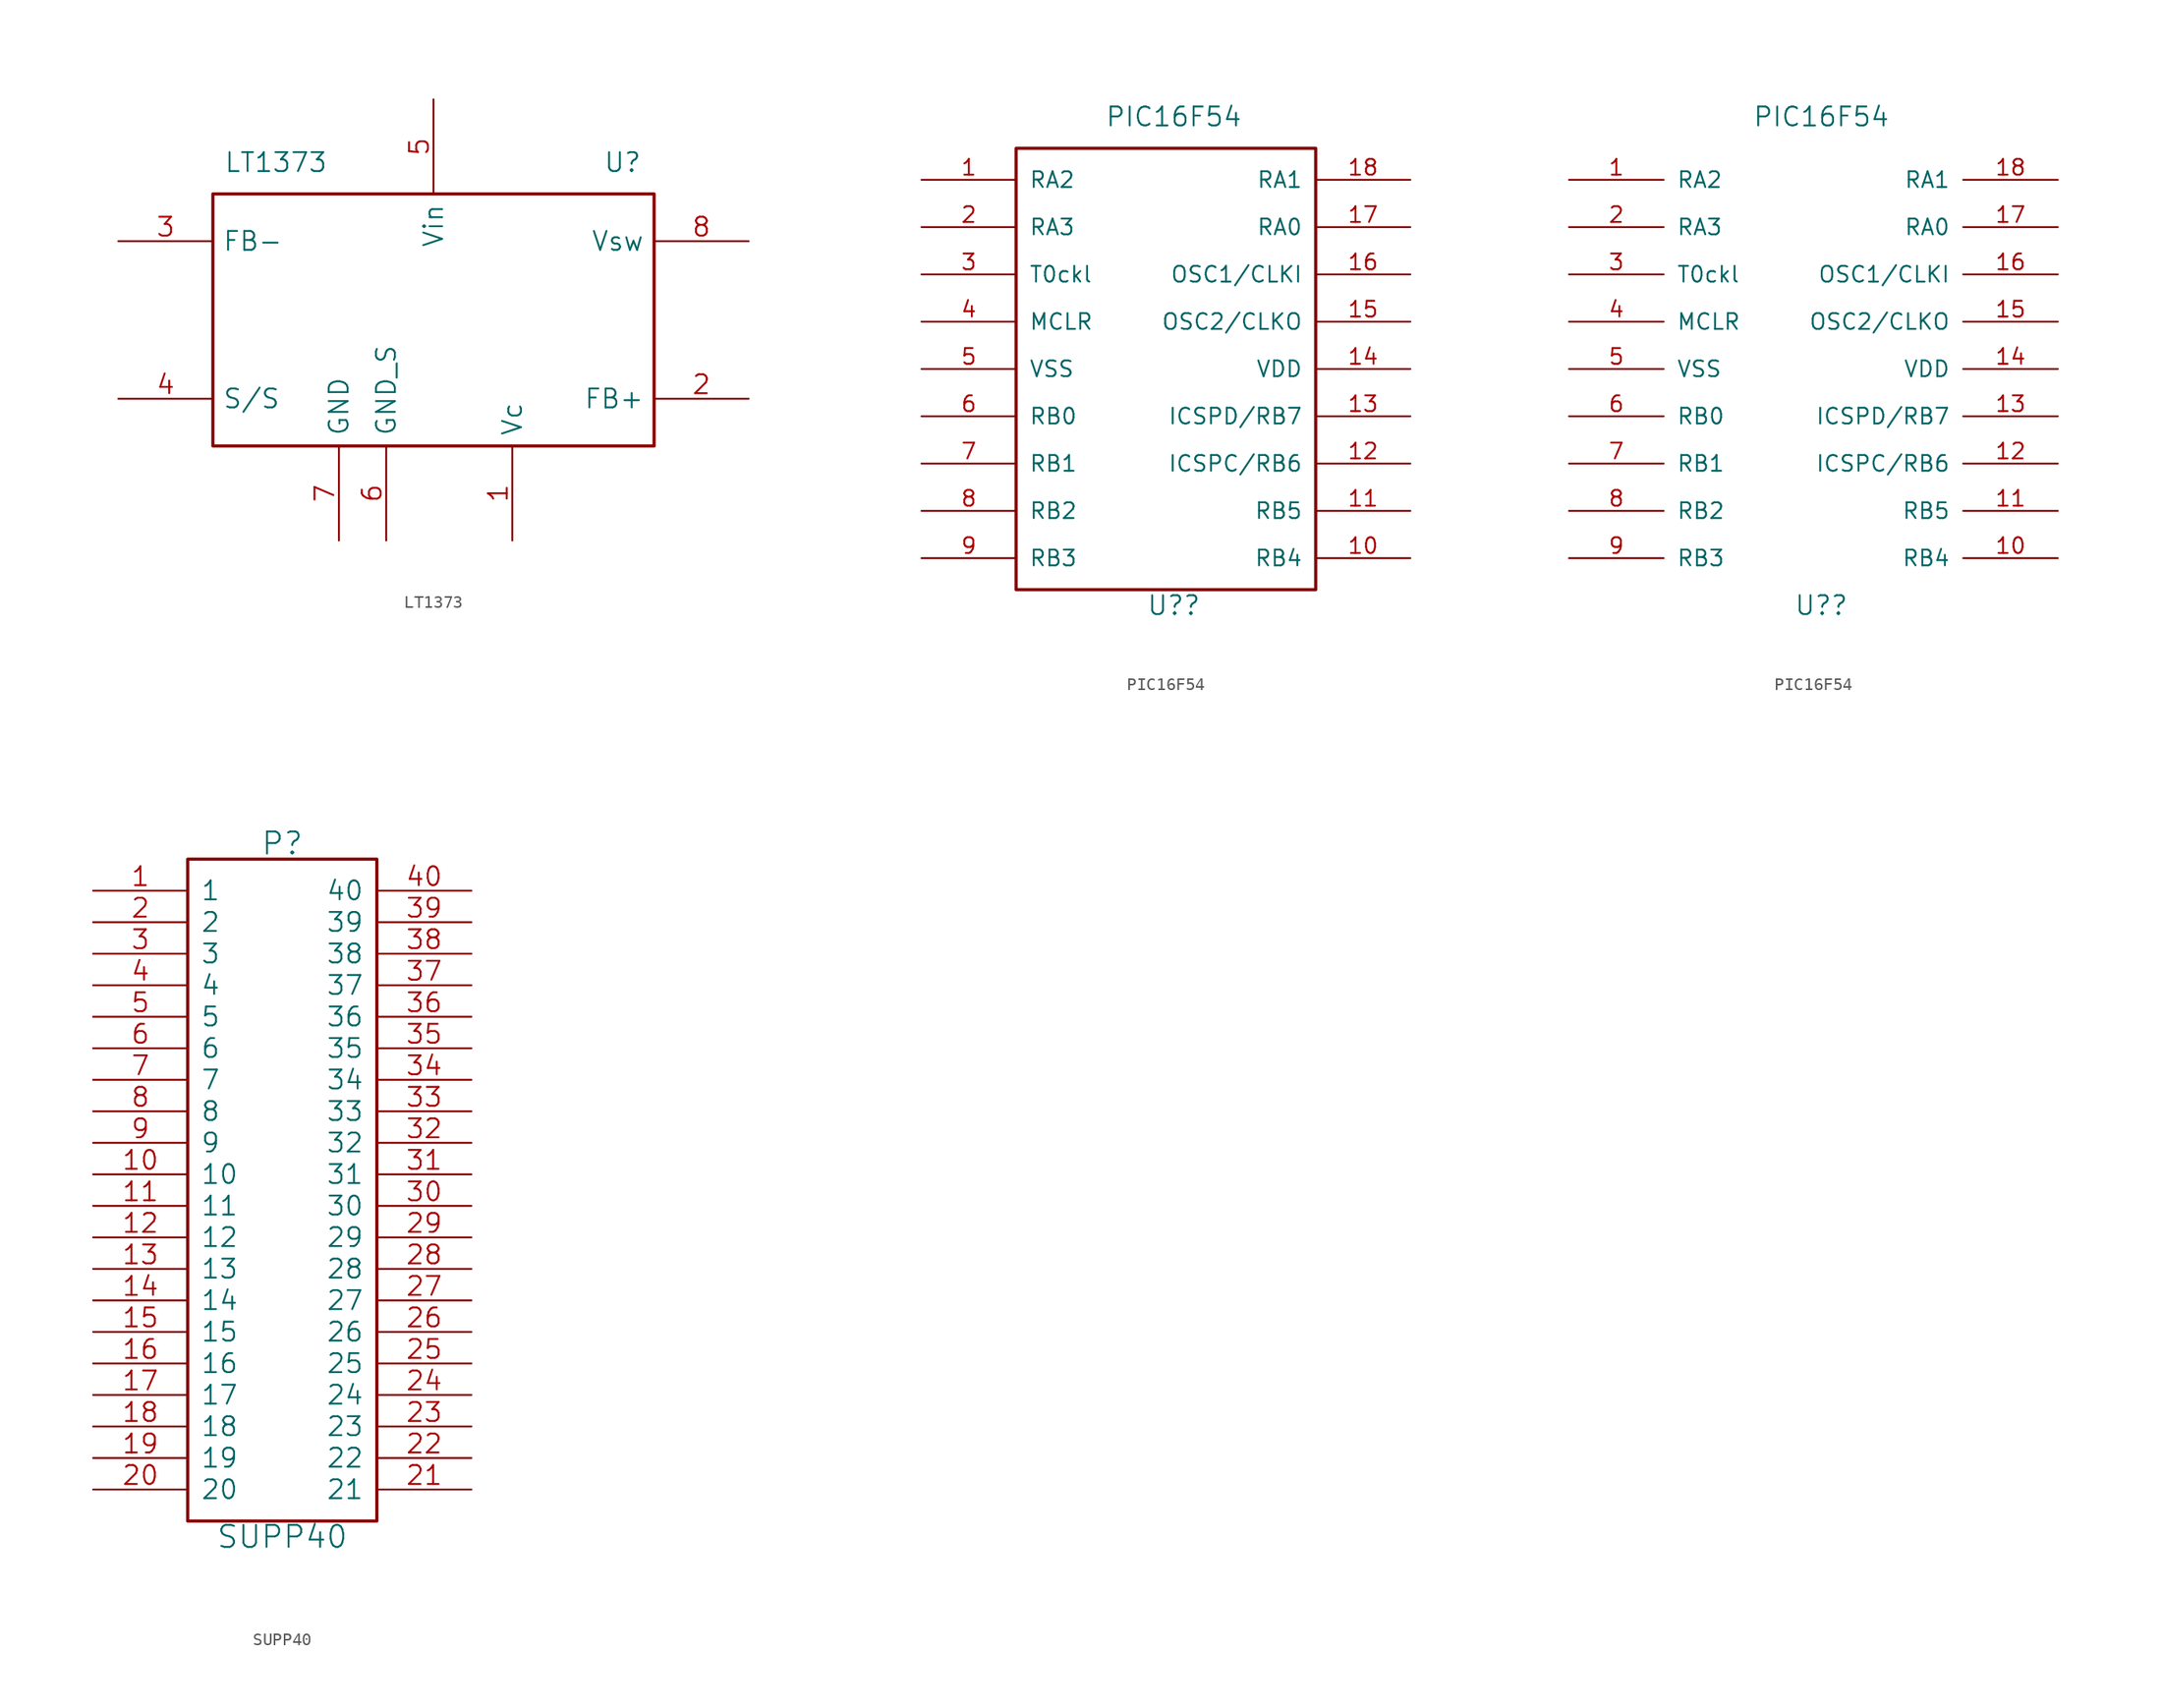
<source format=kicad_sym>
(kicad_symbol_lib
  (version 20241209)
  (generator "kicad_symbol_editor")
  (generator_version "9.0")
  (symbol "LT1373"
    (pin_names
      (offset 0.762))
    (property "Reference" "U"
      (at 15.24 12.7 0)
      (effects (font (size 1.524 1.524))))
    (property "Value" "LT1373"
      (at -12.7 12.7 0)
      (effects (font (size 1.524 1.524))))
    (property "Footprint" ""
      (at 0 0 0)
      (effects (font (size 1.524 1.524))))
    (property "Datasheet" ""
      (at 0 0 0)
      (effects (font (size 1.524 1.524))))
    (symbol "LT1373_0_1"
      (rectangle (start -17.78 -10.16) (end 17.78 10.16) (stroke (width 0.254) (type default)) (fill (type none))))
    (symbol "LT1373_1_1"
      (pin passive line (at -25.4 6.35 0) (length 7.62) (name "FB-" (effects (font (size 1.524 1.524)))) (number "3" (effects (font (size 1.524 1.524)))))
      (pin passive line (at -25.4 -6.35 0) (length 7.62) (name "S/S" (effects (font (size 1.524 1.524)))) (number "4" (effects (font (size 1.524 1.524)))))
      (pin input line (at -7.62 -17.78 90) (length 7.62) (name "GND" (effects (font (size 1.524 1.524)))) (number "7" (effects (font (size 1.524 1.524)))))
      (pin input line (at -3.81 -17.78 90) (length 7.62) (name "GND_S" (effects (font (size 1.524 1.524)))) (number "6" (effects (font (size 1.524 1.524)))))
      (pin power_in line (at 0 17.78 270) (length 7.62) (name "Vin" (effects (font (size 1.524 1.524)))) (number "5" (effects (font (size 1.524 1.524)))))
      (pin input line (at 6.35 -17.78 90) (length 7.62) (name "Vc" (effects (font (size 1.524 1.524)))) (number "1" (effects (font (size 1.524 1.524)))))
      (pin input line (at 25.4 6.35 180) (length 7.62) (name "Vsw" (effects (font (size 1.524 1.524)))) (number "8" (effects (font (size 1.524 1.524)))))
      (pin input line (at 25.4 -6.35 180) (length 7.62) (name "FB+" (effects (font (size 1.524 1.524)))) (number "2" (effects (font (size 1.524 1.524)))))))
  (symbol "PIC16F54"
    (pin_names
      (offset 1.016))
    (property "Reference" "U?"
      (at 0 -19.05 0)
      (effects (font (size 1.524 1.524))))
    (property "Value" "PIC16F54"
      (at 0 20.32 0)
      (effects (font (size 1.524 1.524))))
    (property "Footprint" ""
      (at 0 0 0)
      (effects (font (size 1.524 1.524))))
    (property "Datasheet" ""
      (at 0 0 0)
      (effects (font (size 1.524 1.524))))
    (symbol "PIC16F54_0_1"
      (rectangle (start -12.7 17.78) (end 11.43 -17.78) (stroke (width 0.254) (type default)) (fill (type none))))
    (symbol "PIC16F54_1_1"
      (pin bidirectional line (at -20.32 15.24 0) (length 7.62) (name "RA2" (effects (font (size 1.27 1.27)))) (number "1" (effects (font (size 1.27 1.27)))))
      (pin bidirectional line (at -20.32 11.43 0) (length 7.62) (name "RA3" (effects (font (size 1.27 1.27)))) (number "2" (effects (font (size 1.27 1.27)))))
      (pin output line (at -20.32 7.62 0) (length 7.62) (name "T0ckl" (effects (font (size 1.27 1.27)))) (number "3" (effects (font (size 1.27 1.27)))))
      (pin input line (at -20.32 3.81 0) (length 7.62) (name "MCLR" (effects (font (size 1.27 1.27)))) (number "4" (effects (font (size 1.27 1.27)))))
      (pin power_in line (at -20.32 0 0) (length 7.62) (name "VSS" (effects (font (size 1.27 1.27)))) (number "5" (effects (font (size 1.27 1.27)))))
      (pin bidirectional line (at -20.32 -3.81 0) (length 7.62) (name "RB0" (effects (font (size 1.27 1.27)))) (number "6" (effects (font (size 1.27 1.27)))))
      (pin bidirectional line (at -20.32 -7.62 0) (length 7.62) (name "RB1" (effects (font (size 1.27 1.27)))) (number "7" (effects (font (size 1.27 1.27)))))
      (pin bidirectional line (at -20.32 -11.43 0) (length 7.62) (name "RB2" (effects (font (size 1.27 1.27)))) (number "8" (effects (font (size 1.27 1.27)))))
      (pin bidirectional line (at -20.32 -15.24 0) (length 7.62) (name "RB3" (effects (font (size 1.27 1.27)))) (number "9" (effects (font (size 1.27 1.27)))))
      (pin bidirectional line (at 19.05 15.24 180) (length 7.62) (name "RA1" (effects (font (size 1.27 1.27)))) (number "18" (effects (font (size 1.27 1.27)))))
      (pin bidirectional line (at 19.05 11.43 180) (length 7.62) (name "RA0" (effects (font (size 1.27 1.27)))) (number "17" (effects (font (size 1.27 1.27)))))
      (pin input line (at 19.05 7.62 180) (length 7.62) (name "OSC1/CLKI" (effects (font (size 1.27 1.27)))) (number "16" (effects (font (size 1.27 1.27)))))
      (pin output line (at 19.05 3.81 180) (length 7.62) (name "OSC2/CLKO" (effects (font (size 1.27 1.27)))) (number "15" (effects (font (size 1.27 1.27)))))
      (pin power_in line (at 19.05 0 180) (length 7.62) (name "VDD" (effects (font (size 1.27 1.27)))) (number "14" (effects (font (size 1.27 1.27)))))
      (pin bidirectional line (at 19.05 -3.81 180) (length 7.62) (name "ICSPD/RB7" (effects (font (size 1.27 1.27)))) (number "13" (effects (font (size 1.27 1.27)))))
      (pin bidirectional line (at 19.05 -7.62 180) (length 7.62) (name "ICSPC/RB6" (effects (font (size 1.27 1.27)))) (number "12" (effects (font (size 1.27 1.27)))))
      (pin bidirectional line (at 19.05 -11.43 180) (length 7.62) (name "RB5" (effects (font (size 1.27 1.27)))) (number "11" (effects (font (size 1.27 1.27)))))
      (pin bidirectional line (at 19.05 -15.24 180) (length 7.62) (name "RB4" (effects (font (size 1.27 1.27)))) (number "10" (effects (font (size 1.27 1.27))))))
    (symbol "PIC16F54_1_2"
      (pin bidirectional line (at -20.32 15.24 0) (length 7.62) (name "RA2" (effects (font (size 1.27 1.27)))) (number "1" (effects (font (size 1.27 1.27)))))
      (pin bidirectional line (at -20.32 11.43 0) (length 7.62) (name "RA3" (effects (font (size 1.27 1.27)))) (number "2" (effects (font (size 1.27 1.27)))))
      (pin output line (at -20.32 7.62 0) (length 7.62) (name "T0ckl" (effects (font (size 1.27 1.27)))) (number "3" (effects (font (size 1.27 1.27)))))
      (pin input line (at -20.32 3.81 0) (length 7.62) (name "MCLR" (effects (font (size 1.27 1.27)))) (number "4" (effects (font (size 1.27 1.27)))))
      (pin power_in line (at -20.32 0 0) (length 7.62) (name "VSS" (effects (font (size 1.27 1.27)))) (number "5" (effects (font (size 1.27 1.27)))))
      (pin bidirectional line (at -20.32 -3.81 0) (length 7.62) (name "RB0" (effects (font (size 1.27 1.27)))) (number "6" (effects (font (size 1.27 1.27)))))
      (pin bidirectional line (at -20.32 -7.62 0) (length 7.62) (name "RB1" (effects (font (size 1.27 1.27)))) (number "7" (effects (font (size 1.27 1.27)))))
      (pin bidirectional line (at -20.32 -11.43 0) (length 7.62) (name "RB2" (effects (font (size 1.27 1.27)))) (number "8" (effects (font (size 1.27 1.27)))))
      (pin bidirectional line (at -20.32 -15.24 0) (length 7.62) (name "RB3" (effects (font (size 1.27 1.27)))) (number "9" (effects (font (size 1.27 1.27)))))
      (pin bidirectional line (at 19.05 15.24 180) (length 7.62) (name "RA1" (effects (font (size 1.27 1.27)))) (number "18" (effects (font (size 1.27 1.27)))))
      (pin bidirectional line (at 19.05 11.43 180) (length 7.62) (name "RA0" (effects (font (size 1.27 1.27)))) (number "17" (effects (font (size 1.27 1.27)))))
      (pin input line (at 19.05 7.62 180) (length 7.62) (name "OSC1/CLKI" (effects (font (size 1.27 1.27)))) (number "16" (effects (font (size 1.27 1.27)))))
      (pin output line (at 19.05 3.81 180) (length 7.62) (name "OSC2/CLKO" (effects (font (size 1.27 1.27)))) (number "15" (effects (font (size 1.27 1.27)))))
      (pin power_in line (at 19.05 0 180) (length 7.62) (name "VDD" (effects (font (size 1.27 1.27)))) (number "14" (effects (font (size 1.27 1.27)))))
      (pin bidirectional line (at 19.05 -3.81 180) (length 7.62) (name "ICSPD/RB7" (effects (font (size 1.27 1.27)))) (number "13" (effects (font (size 1.27 1.27)))))
      (pin bidirectional line (at 19.05 -7.62 180) (length 7.62) (name "ICSPC/RB6" (effects (font (size 1.27 1.27)))) (number "12" (effects (font (size 1.27 1.27)))))
      (pin bidirectional line (at 19.05 -11.43 180) (length 7.62) (name "RB5" (effects (font (size 1.27 1.27)))) (number "11" (effects (font (size 1.27 1.27)))))
      (pin bidirectional line (at 19.05 -15.24 180) (length 7.62) (name "RB4" (effects (font (size 1.27 1.27)))) (number "10" (effects (font (size 1.27 1.27)))))))
  (symbol "SUPP40"
    (pin_names
      (offset 1.016))
    (property "Reference" "P"
      (at 0 27.94 0)
      (effects (font (size 1.778 1.778))))
    (property "Value" "SUPP40"
      (at 0 -27.94 0)
      (effects (font (size 1.778 1.778))))
    (property "Footprint" ""
      (at 0 0 0)
      (effects (font (size 1.524 1.524))))
    (property "Datasheet" ""
      (at 0 0 0)
      (effects (font (size 1.524 1.524))))
    (symbol "SUPP40_0_1"
      (rectangle (start -7.62 -26.67) (end 7.62 26.67) (stroke (width 0.254) (type default)) (fill (type none))))
    (symbol "SUPP40_1_1"
      (pin passive line (at -15.24 24.13 0) (length 7.62) (name "1" (effects (font (size 1.524 1.524)))) (number "1" (effects (font (size 1.524 1.524)))))
      (pin passive line (at -15.24 21.59 0) (length 7.62) (name "2" (effects (font (size 1.524 1.524)))) (number "2" (effects (font (size 1.524 1.524)))))
      (pin passive line (at -15.24 19.05 0) (length 7.62) (name "3" (effects (font (size 1.524 1.524)))) (number "3" (effects (font (size 1.524 1.524)))))
      (pin passive line (at -15.24 16.51 0) (length 7.62) (name "4" (effects (font (size 1.524 1.524)))) (number "4" (effects (font (size 1.524 1.524)))))
      (pin passive line (at -15.24 13.97 0) (length 7.62) (name "5" (effects (font (size 1.524 1.524)))) (number "5" (effects (font (size 1.524 1.524)))))
      (pin passive line (at -15.24 11.43 0) (length 7.62) (name "6" (effects (font (size 1.524 1.524)))) (number "6" (effects (font (size 1.524 1.524)))))
      (pin passive line (at -15.24 8.89 0) (length 7.62) (name "7" (effects (font (size 1.524 1.524)))) (number "7" (effects (font (size 1.524 1.524)))))
      (pin passive line (at -15.24 6.35 0) (length 7.62) (name "8" (effects (font (size 1.524 1.524)))) (number "8" (effects (font (size 1.524 1.524)))))
      (pin passive line (at -15.24 3.81 0) (length 7.62) (name "9" (effects (font (size 1.524 1.524)))) (number "9" (effects (font (size 1.524 1.524)))))
      (pin passive line (at -15.24 1.27 0) (length 7.62) (name "10" (effects (font (size 1.524 1.524)))) (number "10" (effects (font (size 1.524 1.524)))))
      (pin passive line (at -15.24 -1.27 0) (length 7.62) (name "11" (effects (font (size 1.524 1.524)))) (number "11" (effects (font (size 1.524 1.524)))))
      (pin passive line (at -15.24 -3.81 0) (length 7.62) (name "12" (effects (font (size 1.524 1.524)))) (number "12" (effects (font (size 1.524 1.524)))))
      (pin passive line (at -15.24 -6.35 0) (length 7.62) (name "13" (effects (font (size 1.524 1.524)))) (number "13" (effects (font (size 1.524 1.524)))))
      (pin passive line (at -15.24 -8.89 0) (length 7.62) (name "14" (effects (font (size 1.524 1.524)))) (number "14" (effects (font (size 1.524 1.524)))))
      (pin passive line (at -15.24 -11.43 0) (length 7.62) (name "15" (effects (font (size 1.524 1.524)))) (number "15" (effects (font (size 1.524 1.524)))))
      (pin passive line (at -15.24 -13.97 0) (length 7.62) (name "16" (effects (font (size 1.524 1.524)))) (number "16" (effects (font (size 1.524 1.524)))))
      (pin passive line (at -15.24 -16.51 0) (length 7.62) (name "17" (effects (font (size 1.524 1.524)))) (number "17" (effects (font (size 1.524 1.524)))))
      (pin passive line (at -15.24 -19.05 0) (length 7.62) (name "18" (effects (font (size 1.524 1.524)))) (number "18" (effects (font (size 1.524 1.524)))))
      (pin passive line (at -15.24 -21.59 0) (length 7.62) (name "19" (effects (font (size 1.524 1.524)))) (number "19" (effects (font (size 1.524 1.524)))))
      (pin passive line (at -15.24 -24.13 0) (length 7.62) (name "20" (effects (font (size 1.524 1.524)))) (number "20" (effects (font (size 1.524 1.524)))))
      (pin passive line (at 15.24 24.13 180) (length 7.62) (name "40" (effects (font (size 1.524 1.524)))) (number "40" (effects (font (size 1.524 1.524)))))
      (pin passive line (at 15.24 21.59 180) (length 7.62) (name "39" (effects (font (size 1.524 1.524)))) (number "39" (effects (font (size 1.524 1.524)))))
      (pin passive line (at 15.24 19.05 180) (length 7.62) (name "38" (effects (font (size 1.524 1.524)))) (number "38" (effects (font (size 1.524 1.524)))))
      (pin passive line (at 15.24 16.51 180) (length 7.62) (name "37" (effects (font (size 1.524 1.524)))) (number "37" (effects (font (size 1.524 1.524)))))
      (pin passive line (at 15.24 13.97 180) (length 7.62) (name "36" (effects (font (size 1.524 1.524)))) (number "36" (effects (font (size 1.524 1.524)))))
      (pin passive line (at 15.24 11.43 180) (length 7.62) (name "35" (effects (font (size 1.524 1.524)))) (number "35" (effects (font (size 1.524 1.524)))))
      (pin passive line (at 15.24 8.89 180) (length 7.62) (name "34" (effects (font (size 1.524 1.524)))) (number "34" (effects (font (size 1.524 1.524)))))
      (pin passive line (at 15.24 6.35 180) (length 7.62) (name "33" (effects (font (size 1.524 1.524)))) (number "33" (effects (font (size 1.524 1.524)))))
      (pin passive line (at 15.24 3.81 180) (length 7.62) (name "32" (effects (font (size 1.524 1.524)))) (number "32" (effects (font (size 1.524 1.524)))))
      (pin passive line (at 15.24 1.27 180) (length 7.62) (name "31" (effects (font (size 1.524 1.524)))) (number "31" (effects (font (size 1.524 1.524)))))
      (pin passive line (at 15.24 -1.27 180) (length 7.62) (name "30" (effects (font (size 1.524 1.524)))) (number "30" (effects (font (size 1.524 1.524)))))
      (pin passive line (at 15.24 -3.81 180) (length 7.62) (name "29" (effects (font (size 1.524 1.524)))) (number "29" (effects (font (size 1.524 1.524)))))
      (pin passive line (at 15.24 -6.35 180) (length 7.62) (name "28" (effects (font (size 1.524 1.524)))) (number "28" (effects (font (size 1.524 1.524)))))
      (pin passive line (at 15.24 -8.89 180) (length 7.62) (name "27" (effects (font (size 1.524 1.524)))) (number "27" (effects (font (size 1.524 1.524)))))
      (pin passive line (at 15.24 -11.43 180) (length 7.62) (name "26" (effects (font (size 1.524 1.524)))) (number "26" (effects (font (size 1.524 1.524)))))
      (pin passive line (at 15.24 -13.97 180) (length 7.62) (name "25" (effects (font (size 1.524 1.524)))) (number "25" (effects (font (size 1.524 1.524)))))
      (pin passive line (at 15.24 -16.51 180) (length 7.62) (name "24" (effects (font (size 1.524 1.524)))) (number "24" (effects (font (size 1.524 1.524)))))
      (pin passive line (at 15.24 -19.05 180) (length 7.62) (name "23" (effects (font (size 1.524 1.524)))) (number "23" (effects (font (size 1.524 1.524)))))
      (pin passive line (at 15.24 -21.59 180) (length 7.62) (name "22" (effects (font (size 1.524 1.524)))) (number "22" (effects (font (size 1.524 1.524)))))
      (pin passive line (at 15.24 -24.13 180) (length 7.62) (name "21" (effects (font (size 1.524 1.524)))) (number "21" (effects (font (size 1.524 1.524))))))))
</source>
